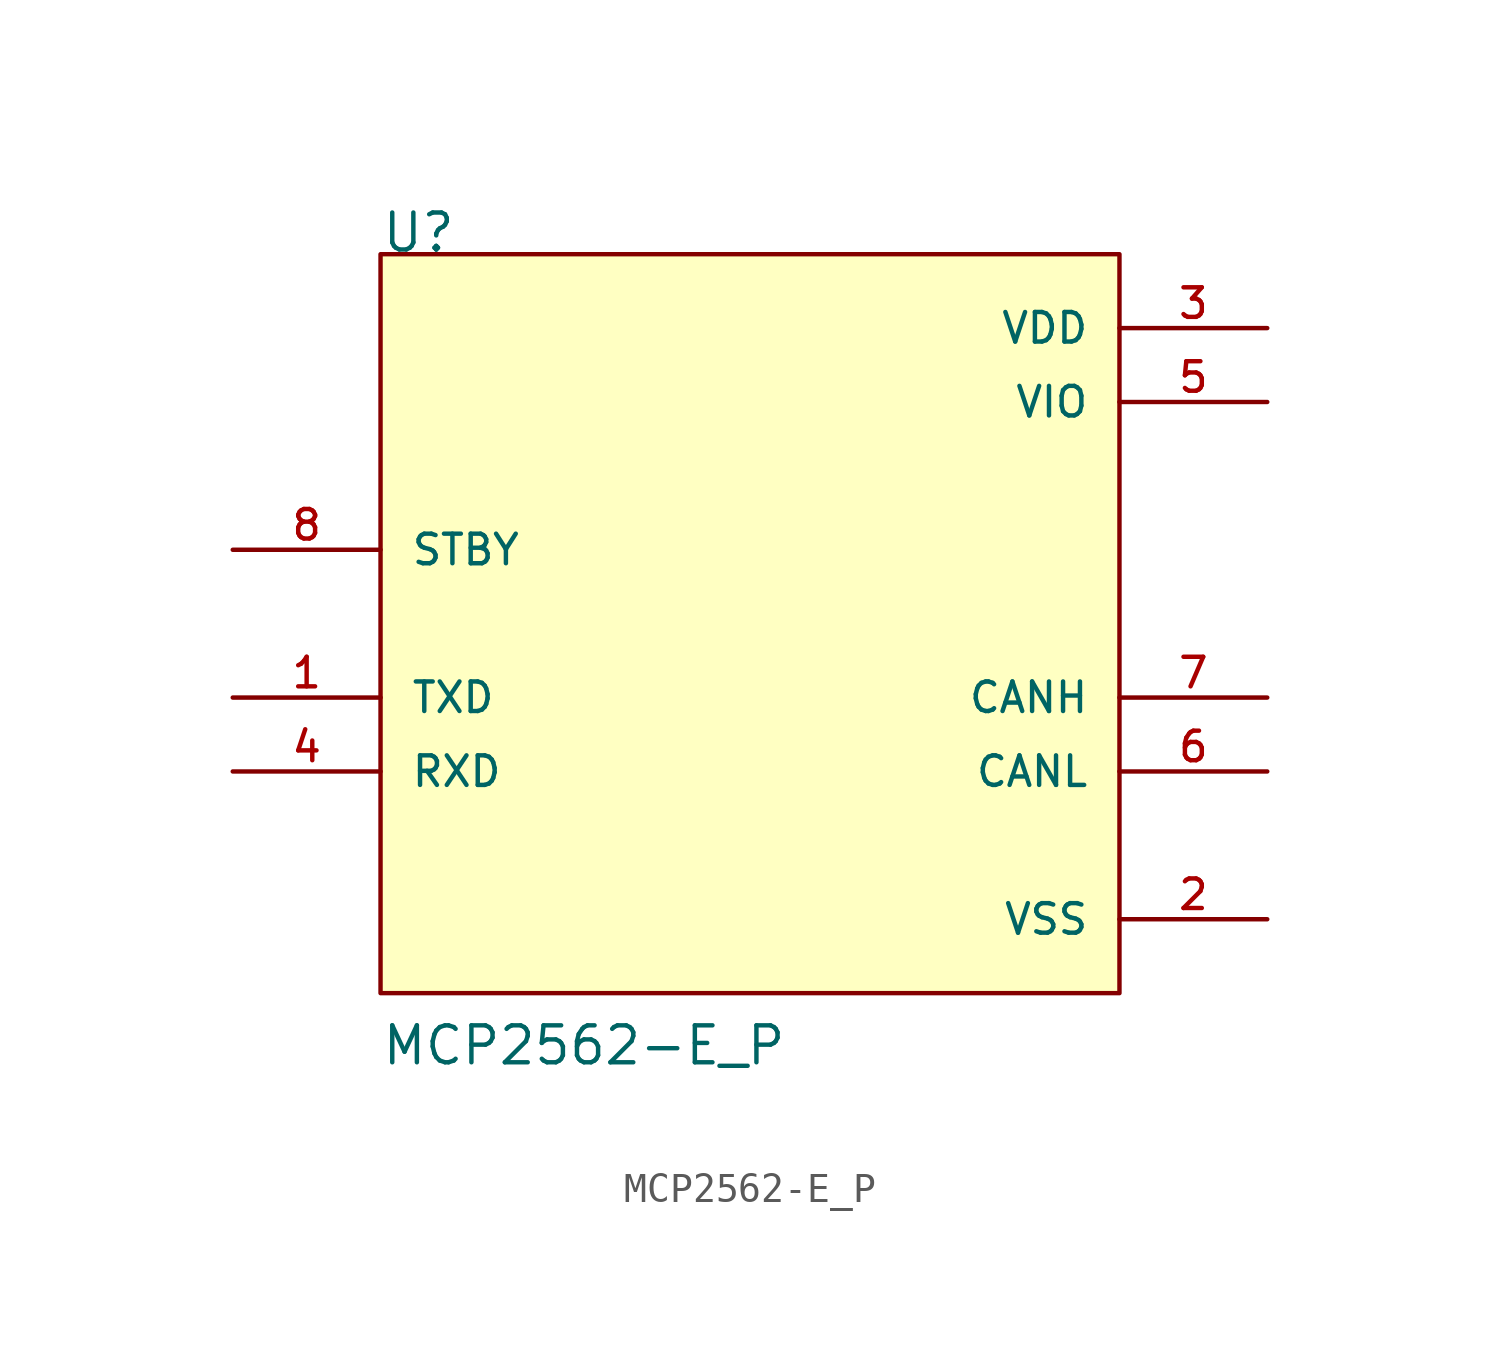
<source format=kicad_sym>
(kicad_symbol_lib
  (version 20211014)
  (generator kicad_symbol_editor)
  (symbol "MCP2562-E_P"
    (pin_names
      (offset 1.016))
    (property "Reference" "U"
      (at -12.7 12.7 0)
      (effects (font (size 1.27 1.27)) (justify bottom left)))
    (property "Value" "MCP2562-E_P"
      (at -12.7 -15.24 0)
      (effects (font (size 1.27 1.27)) (justify bottom left)))
    (symbol "MCP2562-E_P_0_0"
      (rectangle (start -12.7 -12.7) (end 12.7 12.7) (stroke (width 0.152)) (fill (type background)))
      (pin input line (at -17.78 -2.54 0) (length 5.08) (name "TXD" (effects (font (size 1.016 1.016)))) (number "1" (effects (font (size 1.016 1.016)))))
      (pin power_in line (at 17.78 -10.16 180.0) (length 5.08) (name "VSS" (effects (font (size 1.016 1.016)))) (number "2" (effects (font (size 1.016 1.016)))))
      (pin power_in line (at 17.78 10.16 180.0) (length 5.08) (name "VDD" (effects (font (size 1.016 1.016)))) (number "3" (effects (font (size 1.016 1.016)))))
      (pin output line (at -17.78 -5.08 0) (length 5.08) (name "RXD" (effects (font (size 1.016 1.016)))) (number "4" (effects (font (size 1.016 1.016)))))
      (pin power_in line (at 17.78 7.62 180.0) (length 5.08) (name "VIO" (effects (font (size 1.016 1.016)))) (number "5" (effects (font (size 1.016 1.016)))))
      (pin bidirectional line (at 17.78 -5.08 180.0) (length 5.08) (name "CANL" (effects (font (size 1.016 1.016)))) (number "6" (effects (font (size 1.016 1.016)))))
      (pin bidirectional line (at 17.78 -2.54 180.0) (length 5.08) (name "CANH" (effects (font (size 1.016 1.016)))) (number "7" (effects (font (size 1.016 1.016)))))
      (pin input line (at -17.78 2.54 0) (length 5.08) (name "STBY" (effects (font (size 1.016 1.016)))) (number "8" (effects (font (size 1.016 1.016))))))))
</source>
